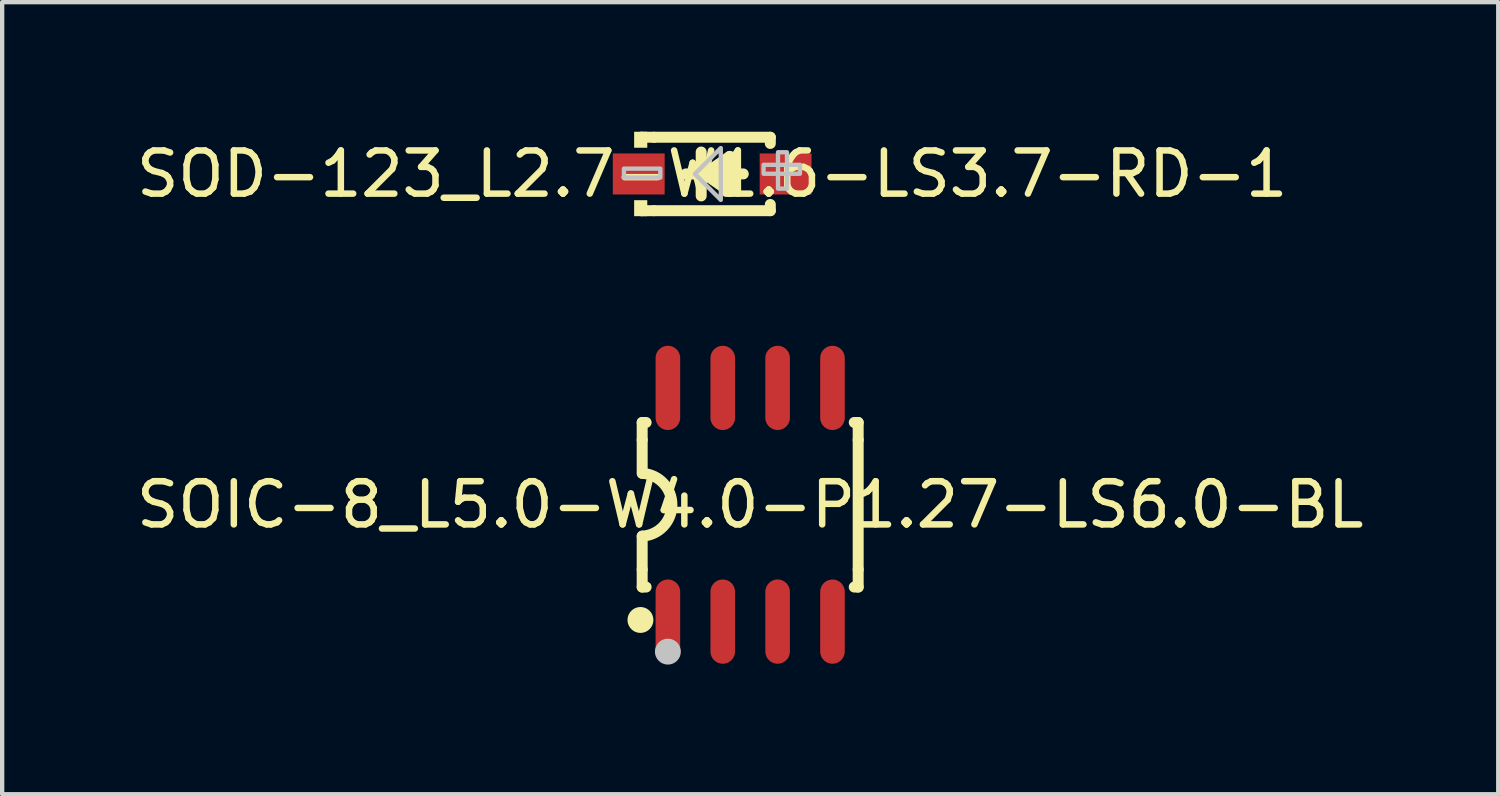
<source format=kicad_pcb>
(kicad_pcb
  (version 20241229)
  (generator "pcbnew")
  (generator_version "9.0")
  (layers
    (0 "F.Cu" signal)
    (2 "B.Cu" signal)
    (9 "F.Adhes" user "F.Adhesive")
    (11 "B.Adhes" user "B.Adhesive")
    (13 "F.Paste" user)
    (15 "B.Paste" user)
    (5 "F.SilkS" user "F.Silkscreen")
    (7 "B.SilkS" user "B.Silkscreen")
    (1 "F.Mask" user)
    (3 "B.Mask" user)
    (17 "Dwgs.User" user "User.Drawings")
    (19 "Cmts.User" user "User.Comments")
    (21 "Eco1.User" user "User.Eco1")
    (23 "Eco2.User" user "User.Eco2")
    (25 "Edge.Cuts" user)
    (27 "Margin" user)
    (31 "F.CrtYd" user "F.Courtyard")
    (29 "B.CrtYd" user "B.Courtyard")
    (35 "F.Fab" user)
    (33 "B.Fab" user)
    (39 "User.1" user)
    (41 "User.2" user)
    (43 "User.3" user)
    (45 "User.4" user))
  (footprint "SOIC-8_L5.0-W4.0-P1.27-LS6.0-BL"
    (layer "F.Cu")
    (at 14.315 8.634)
    (property "Reference" "SOIC-8_L5.0-W4.0-P1.27-LS6.0-BL" (at 0 0 0) (layer "F.SilkS") (effects (font (size 1 1) (thickness 0.15))))
    (fp_line (start -2.5 -1.905) (end -2.409 -1.905) (stroke (width 0.254) (type default)) (layer "F.SilkS"))
    (fp_line (start -2.5 -1.5) (end -2.5 -1.905) (stroke (width 0.254) (type default)) (layer "F.SilkS"))
    (fp_line (start -2.5 -1.5) (end -2.5 -0.727) (stroke (width 0.254) (type default)) (layer "F.SilkS"))
    (fp_line (start -2.5 1.5) (end -2.5 0.727) (stroke (width 0.254) (type default)) (layer "F.SilkS"))
    (fp_line (start -2.5 1.5) (end -2.5 1.905) (stroke (width 0.254) (type default)) (layer "F.SilkS"))
    (fp_line (start -2.5 1.905) (end -2.409 1.905) (stroke (width 0.254) (type default)) (layer "F.SilkS"))
    (fp_line (start 2.5 -1.905) (end 2.409 -1.905) (stroke (width 0.254) (type default)) (layer "F.SilkS"))
    (fp_line (start 2.5 -1.5) (end 2.5 -1.905) (stroke (width 0.254) (type default)) (layer "F.SilkS"))
    (fp_line (start 2.5 -1.5) (end 2.5 1.5) (stroke (width 0.254) (type default)) (layer "F.SilkS"))
    (fp_line (start 2.5 1.5) (end 2.5 1.905) (stroke (width 0.254) (type default)) (layer "F.SilkS"))
    (fp_line (start 2.5 1.905) (end 2.409 1.905) (stroke (width 0.254) (type default)) (layer "F.SilkS"))
    (fp_arc (start -2.495 -0.7265) (mid -1.812112 0.002496) (end -2.5 0.7265) (stroke (width 0.254) (type default)) (layer "F.SilkS"))
    (fp_circle (center -2.54 2.667) (end -2.39 2.667) (stroke (width 0.3) (type default)) (fill no) (layer "F.SilkS"))
    (fp_circle (center -1.905 3.4) (end -1.755 3.4) (stroke (width 0.3) (type default)) (fill no) (layer "Dwgs.User"))
    (fp_poly (pts (xy -2.11 -2.165) (xy -2.11 -3) (xy -1.7 -3) (xy -1.7 -2.165)) (stroke (width 0.1) (type default)) (fill no) (layer "User.1"))
    (fp_poly (pts (xy -2.11 -1.94) (xy -2.11 -2.175) (xy -1.7 -2.175) (xy -1.7 -1.94)) (stroke (width 0.1) (type default)) (fill no) (layer "User.1"))
    (fp_poly (pts (xy -2.11 2.175) (xy -2.11 1.94) (xy -1.7 1.94) (xy -1.7 2.175)) (stroke (width 0.1) (type default)) (fill no) (layer "User.1"))
    (fp_poly (pts (xy -2.11 3) (xy -2.11 2.165) (xy -1.7 2.165) (xy -1.7 3)) (stroke (width 0.1) (type default)) (fill no) (layer "User.1"))
    (fp_poly (pts (xy -0.84 -2.165) (xy -0.84 -3) (xy -0.43 -3) (xy -0.43 -2.165)) (stroke (width 0.1) (type default)) (fill no) (layer "User.1"))
    (fp_poly (pts (xy -0.84 -1.94) (xy -0.84 -2.175) (xy -0.43 -2.175) (xy -0.43 -1.94)) (stroke (width 0.1) (type default)) (fill no) (layer "User.1"))
    (fp_poly (pts (xy -0.84 2.175) (xy -0.84 1.94) (xy -0.43 1.94) (xy -0.43 2.175)) (stroke (width 0.1) (type default)) (fill no) (layer "User.1"))
    (fp_poly (pts (xy -0.84 3) (xy -0.84 2.165) (xy -0.43 2.165) (xy -0.43 3)) (stroke (width 0.1) (type default)) (fill no) (layer "User.1"))
    (fp_poly (pts (xy 0.43 -2.165) (xy 0.43 -3) (xy 0.84 -3) (xy 0.84 -2.165)) (stroke (width 0.1) (type default)) (fill no) (layer "User.1"))
    (fp_poly (pts (xy 0.43 -1.94) (xy 0.43 -2.175) (xy 0.84 -2.175) (xy 0.84 -1.94)) (stroke (width 0.1) (type default)) (fill no) (layer "User.1"))
    (fp_poly (pts (xy 0.43 2.175) (xy 0.43 1.94) (xy 0.84 1.94) (xy 0.84 2.175)) (stroke (width 0.1) (type default)) (fill no) (layer "User.1"))
    (fp_poly (pts (xy 0.43 3) (xy 0.43 2.165) (xy 0.84 2.165) (xy 0.84 3)) (stroke (width 0.1) (type default)) (fill no) (layer "User.1"))
    (fp_poly (pts (xy 1.7 -2.165) (xy 1.7 -3) (xy 2.11 -3) (xy 2.11 -2.165)) (stroke (width 0.1) (type default)) (fill no) (layer "User.1"))
    (fp_poly (pts (xy 1.7 -1.94) (xy 1.7 -2.175) (xy 2.11 -2.175) (xy 2.11 -1.94)) (stroke (width 0.1) (type default)) (fill no) (layer "User.1"))
    (fp_poly (pts (xy 1.7 2.175) (xy 1.7 1.94) (xy 2.11 1.94) (xy 2.11 2.175)) (stroke (width 0.1) (type default)) (fill no) (layer "User.1"))
    (fp_poly (pts (xy 1.7 3) (xy 1.7 2.165) (xy 2.11 2.165) (xy 2.11 3)) (stroke (width 0.1) (type default)) (fill no) (layer "User.1"))
    (fp_line (start -2.5 -2) (end 2.5 -2) (stroke (width 0.051) (type default)) (layer "User.2"))
    (fp_line (start -2.5 2) (end -2.5 -2) (stroke (width 0.051) (type default)) (layer "User.2"))
    (fp_line (start 2.5 -2) (end 2.5 2) (stroke (width 0.051) (type default)) (layer "User.2"))
    (fp_line (start 2.5 2) (end -2.5 2) (stroke (width 0.051) (type default)) (layer "User.2"))
    (fp_poly (pts (xy -2.365 2.977) (xy -2.397 2.945) (xy -2.443 2.945) (xy -2.475 2.977) (xy -2.475 3.023) (xy -2.443 3.055) (xy -2.397 3.055) (xy -2.365 3.023)) (stroke (width 0.1) (type default)) (fill no) (layer "User.3"))
    (pad "1" smd oval (at -1.905 2.705) (size 0.569 1.95) (layers "F.Cu" "F.Mask" "F.Paste"))
    (pad "2" smd oval (at -0.635 2.705) (size 0.569 1.95) (layers "F.Cu" "F.Mask" "F.Paste"))
    (pad "3" smd oval (at 0.635 2.705) (size 0.569 1.95) (layers "F.Cu" "F.Mask" "F.Paste"))
    (pad "4" smd oval (at 1.905 2.705) (size 0.569 1.95) (layers "F.Cu" "F.Mask" "F.Paste"))
    (pad "5" smd oval (at 1.905 -2.705) (size 0.569 1.95) (layers "F.Cu" "F.Mask" "F.Paste"))
    (pad "6" smd oval (at 0.635 -2.705) (size 0.569 1.95) (layers "F.Cu" "F.Mask" "F.Paste"))
    (pad "7" smd oval (at -0.635 -2.705) (size 0.569 1.95) (layers "F.Cu" "F.Mask" "F.Paste"))
    (pad "8" smd oval (at -1.905 -2.705) (size 0.569 1.95) (layers "F.Cu" "F.Mask" "F.Paste")))
  (footprint "SOD-123_L2.7-W1.6-LS3.7-RD-1"
    (layer "F.Cu")
    (at 13.435 0.977)
    (property "Reference" "SOD-123_L2.7-W1.6-LS3.7-RD-1" (at 0 0 0) (layer "F.SilkS") (effects (font (size 1 1) (thickness 0.15))))
    (fp_line (start -1.643 -0.85) (end -1.644 -0.849) (stroke (width 0.254) (type default)) (layer "F.SilkS"))
    (fp_line (start -1.638 0.85) (end -1.639 0.849) (stroke (width 0.254) (type default)) (layer "F.SilkS"))
    (fp_line (start -1.346 -0.85) (end -1.643 -0.85) (stroke (width 0.254) (type default)) (layer "F.SilkS"))
    (fp_line (start -1.346 -0.85) (end 1.346 -0.85) (stroke (width 0.254) (type default)) (layer "F.SilkS"))
    (fp_line (start -1.346 0.85) (end -1.638 0.85) (stroke (width 0.254) (type default)) (layer "F.SilkS"))
    (fp_line (start -0.28 0) (end -0.61 0) (stroke (width 0.254) (type default)) (layer "F.SilkS"))
    (fp_line (start -0.254 -0.508) (end -0.254 0.508) (stroke (width 0.254) (type default)) (layer "F.SilkS"))
    (fp_line (start -0.178 0) (end 0.406 -0.406) (stroke (width 0.254) (type default)) (layer "F.SilkS"))
    (fp_line (start 0.406 -0.406) (end 0.406 0.406) (stroke (width 0.254) (type default)) (layer "F.SilkS"))
    (fp_line (start 0.406 -0.001) (end 0.72 -0.001) (stroke (width 0.254) (type default)) (layer "F.SilkS"))
    (fp_line (start 0.406 0.406) (end -0.178 0) (stroke (width 0.254) (type default)) (layer "F.SilkS"))
    (fp_line (start 1.346 -0.85) (end 1.346 -0.706) (stroke (width 0.254) (type default)) (layer "F.SilkS"))
    (fp_line (start 1.346 0.706) (end 1.346 0.85) (stroke (width 0.254) (type default)) (layer "F.SilkS"))
    (fp_line (start 1.346 0.85) (end -1.346 0.85) (stroke (width 0.254) (type default)) (layer "F.SilkS"))
    (fp_poly (pts (xy 0.406 0.406) (xy 0.406 -0.406) (xy -0.178 0)) (stroke (width 0) (type default)) (fill yes) (layer "F.SilkS"))
    (fp_poly (pts (xy -1.502 -0.977) (xy -1.502 -0.607) (xy -1.806 -0.607) (xy -1.806 -0.977)) (stroke (width 0) (type default)) (fill yes) (layer "F.SilkS"))
    (fp_poly (pts (xy -1.502 0.977) (xy -1.502 0.607) (xy -1.806 0.607) (xy -1.806 0.977)) (stroke (width 0) (type default)) (fill yes) (layer "F.SilkS"))
    (fp_poly (pts (xy -0.4 0) (xy 0.2 0.6) (xy 0.2 -0.6)) (stroke (width 0.1) (type default)) (fill no) (layer "Dwgs.User"))
    (fp_poly (pts (xy -2.042 -0.124) (xy -1.2 -0.124) (xy -1.2 0.083) (xy -2.042 0.083)) (stroke (width 0.1) (type default)) (fill no) (layer "Dwgs.User"))
    (fp_poly (pts (xy 1.19 -0.212) (xy 2.032 -0.212) (xy 2.032 -0.005) (xy 1.19 -0.005)) (stroke (width 0.1) (type default)) (fill no) (layer "Dwgs.User"))
    (fp_poly (pts (xy 1.524 0.339) (xy 1.524 -0.503) (xy 1.732 -0.503) (xy 1.732 0.339)) (stroke (width 0.1) (type default)) (fill no) (layer "Dwgs.User"))
    (fp_poly (pts (xy -1.85 0.275) (xy -1.85 -0.275) (xy -1.5 -0.275) (xy -1.5 0.275)) (stroke (width 0.1) (type default)) (fill no) (layer "User.1"))
    (fp_poly (pts (xy -1.51 0.275) (xy -1.51 -0.275) (xy -1.34 -0.275) (xy -1.34 0.275)) (stroke (width 0.1) (type default)) (fill no) (layer "User.1"))
    (fp_poly (pts (xy 1.34 0.275) (xy 1.34 -0.275) (xy 1.51 -0.275) (xy 1.51 0.275)) (stroke (width 0.1) (type default)) (fill no) (layer "User.1"))
    (fp_poly (pts (xy 1.5 0.275) (xy 1.5 -0.275) (xy 1.85 -0.275) (xy 1.85 0.275)) (stroke (width 0.1) (type default)) (fill no) (layer "User.1"))
    (fp_line (start -1.35 -0.8) (end 1.35 -0.8) (stroke (width 0.051) (type default)) (layer "User.2"))
    (fp_line (start -1.35 0.8) (end -1.35 -0.8) (stroke (width 0.051) (type default)) (layer "User.2"))
    (fp_line (start 1.35 -0.8) (end 1.35 0.8) (stroke (width 0.051) (type default)) (layer "User.2"))
    (fp_line (start 1.35 0.8) (end -1.35 0.8) (stroke (width 0.051) (type default)) (layer "User.2"))
    (fp_poly (pts (xy -1.795 0.777) (xy -1.827 0.745) (xy -1.873 0.745) (xy -1.905 0.777) (xy -1.905 0.823) (xy -1.873 0.855) (xy -1.827 0.855) (xy -1.795 0.823)) (stroke (width 0.1) (type default)) (fill no) (layer "User.3"))
    (pad "1" smd rect (at -1.7 0) (size 1.2 0.95) (layers "F.Cu" "F.Mask" "F.Paste"))
    (pad "2" smd rect (at 1.7 0) (size 1.2 0.95) (layers "F.Cu" "F.Mask" "F.Paste")))
  (gr_rect
    (start -3 -3)
    (end 31.631 15.334)
    (stroke (width 0.1) (type default))
    (fill no)
    (layer "Edge.Cuts")))
</source>
